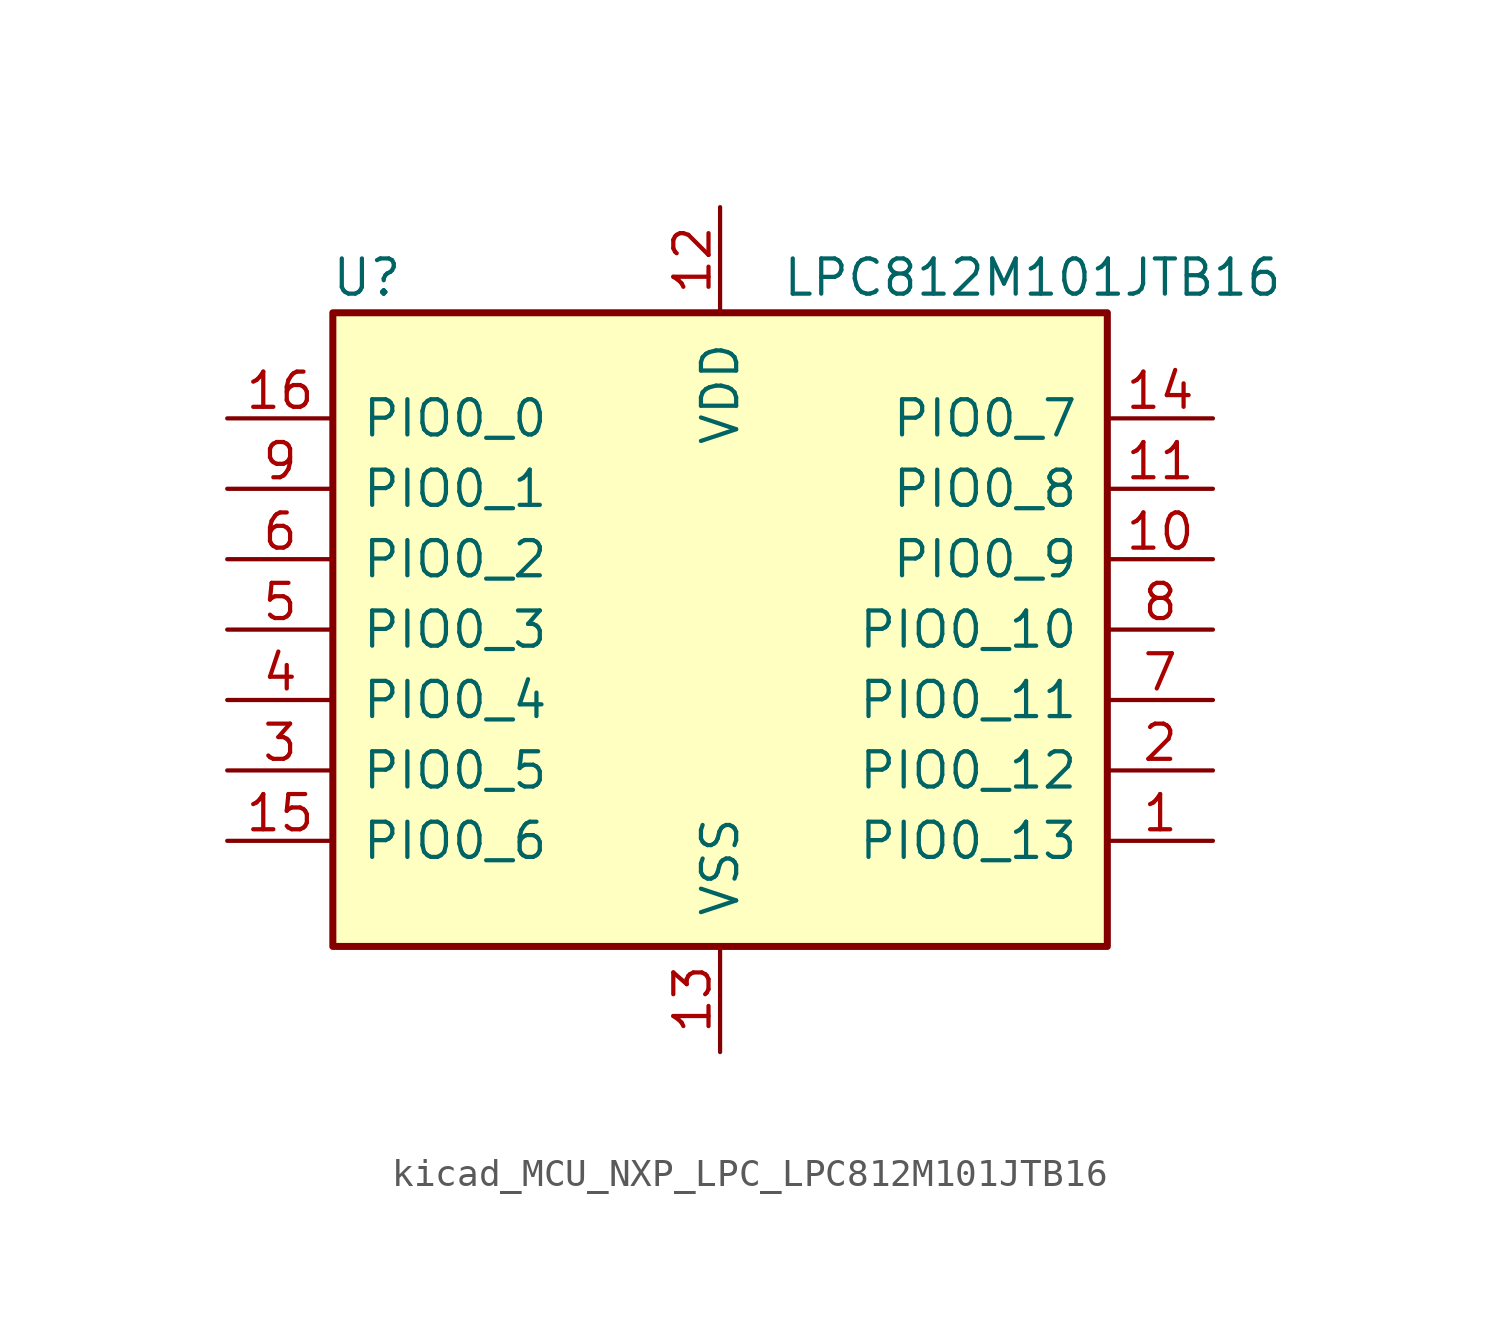
<source format=kicad_sym>
(kicad_symbol_lib
  (version 20220914)
  (generator kicad_symbol_editor)
  (symbol "kicad_MCU_NXP_LPC_LPC812M101JTB16"
    (pin_names
      (offset 1.016))
    (property "Reference" "U"
      (at -11.43 12.7 0)
      (effects (font (size 1.27 1.27)) (justify right)))
    (property "Value" "LPC812M101JTB16"
      (at 20.32 12.7 0)
      (effects (font (size 1.27 1.27)) (justify right)))
    (symbol "kicad_MCU_NXP_LPC_LPC812M101JTB16_0_1"
      (rectangle (start 13.97 11.43) (end -13.97 -11.43) (stroke (width 0.254) (type default)) (fill (type background))))
    (symbol "kicad_MCU_NXP_LPC_LPC812M101JTB16_1_1"
      (pin bidirectional line (at 17.78 -7.62 180) (length 3.81) (name "PIO0_13" (effects (font (size 1.27 1.27)))) (number "1" (effects (font (size 1.27 1.27)))))
      (pin bidirectional line (at 17.78 2.54 180) (length 3.81) (name "PIO0_9" (effects (font (size 1.27 1.27)))) (number "10" (effects (font (size 1.27 1.27)))))
      (pin bidirectional line (at 17.78 5.08 180) (length 3.81) (name "PIO0_8" (effects (font (size 1.27 1.27)))) (number "11" (effects (font (size 1.27 1.27)))))
      (pin power_in line (at 0 15.24 270) (length 3.81) (name "VDD" (effects (font (size 1.27 1.27)))) (number "12" (effects (font (size 1.27 1.27)))))
      (pin power_in line (at 0 -15.24 90) (length 3.81) (name "VSS" (effects (font (size 1.27 1.27)))) (number "13" (effects (font (size 1.27 1.27)))))
      (pin bidirectional line (at 17.78 7.62 180) (length 3.81) (name "PIO0_7" (effects (font (size 1.27 1.27)))) (number "14" (effects (font (size 1.27 1.27)))))
      (pin bidirectional line (at -17.78 -7.62 0) (length 3.81) (name "PIO0_6" (effects (font (size 1.27 1.27)))) (number "15" (effects (font (size 1.27 1.27)))))
      (pin bidirectional line (at -17.78 7.62 0) (length 3.81) (name "PIO0_0" (effects (font (size 1.27 1.27)))) (number "16" (effects (font (size 1.27 1.27)))))
      (pin bidirectional line (at 17.78 -5.08 180) (length 3.81) (name "PIO0_12" (effects (font (size 1.27 1.27)))) (number "2" (effects (font (size 1.27 1.27)))))
      (pin bidirectional line (at -17.78 -5.08 0) (length 3.81) (name "PIO0_5" (effects (font (size 1.27 1.27)))) (number "3" (effects (font (size 1.27 1.27)))))
      (pin bidirectional line (at -17.78 -2.54 0) (length 3.81) (name "PIO0_4" (effects (font (size 1.27 1.27)))) (number "4" (effects (font (size 1.27 1.27)))))
      (pin bidirectional line (at -17.78 0 0) (length 3.81) (name "PIO0_3" (effects (font (size 1.27 1.27)))) (number "5" (effects (font (size 1.27 1.27)))))
      (pin bidirectional line (at -17.78 2.54 0) (length 3.81) (name "PIO0_2" (effects (font (size 1.27 1.27)))) (number "6" (effects (font (size 1.27 1.27)))))
      (pin bidirectional line (at 17.78 -2.54 180) (length 3.81) (name "PIO0_11" (effects (font (size 1.27 1.27)))) (number "7" (effects (font (size 1.27 1.27)))))
      (pin bidirectional line (at 17.78 0 180) (length 3.81) (name "PIO0_10" (effects (font (size 1.27 1.27)))) (number "8" (effects (font (size 1.27 1.27)))))
      (pin bidirectional line (at -17.78 5.08 0) (length 3.81) (name "PIO0_1" (effects (font (size 1.27 1.27)))) (number "9" (effects (font (size 1.27 1.27))))))))
</source>
